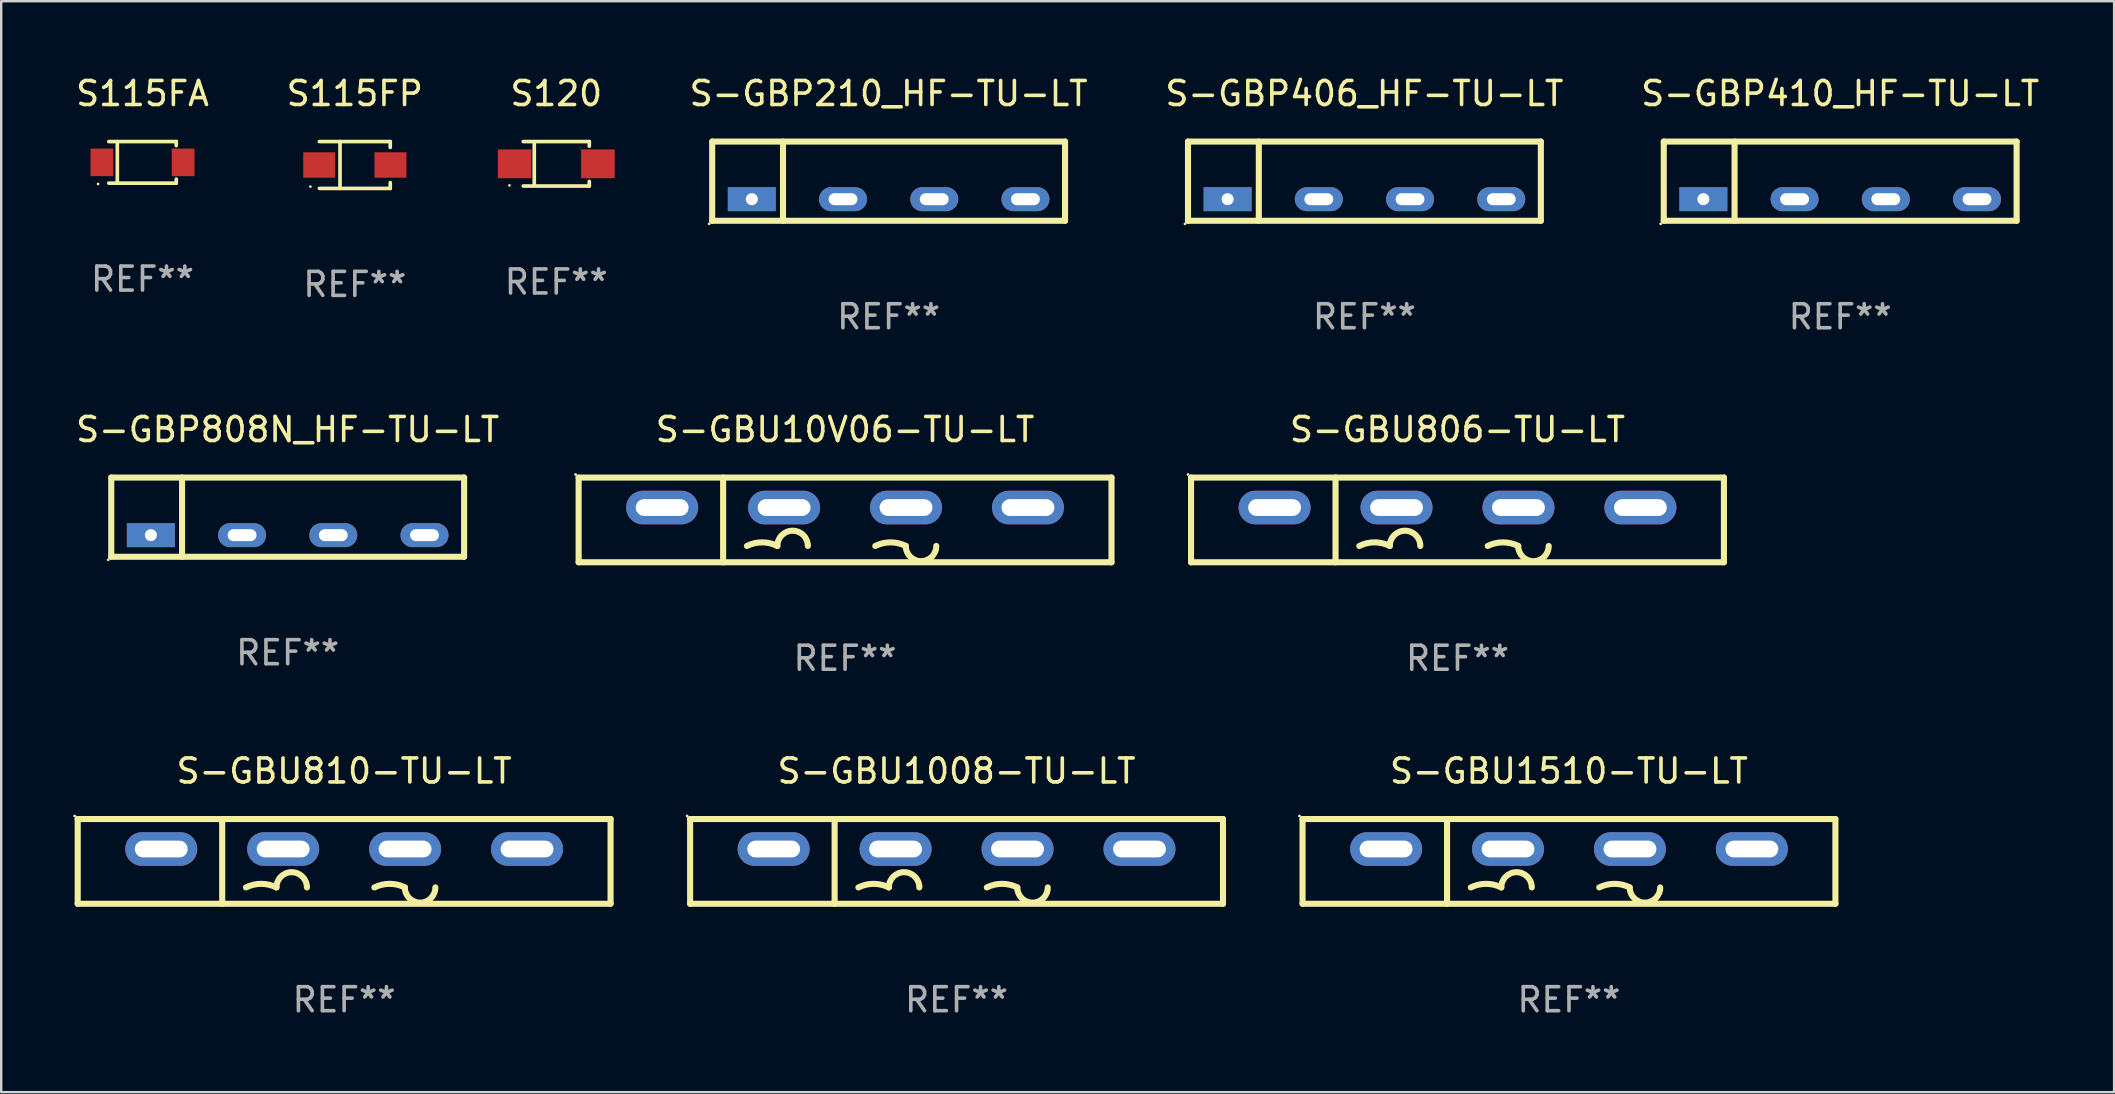
<source format=kicad_pcb>
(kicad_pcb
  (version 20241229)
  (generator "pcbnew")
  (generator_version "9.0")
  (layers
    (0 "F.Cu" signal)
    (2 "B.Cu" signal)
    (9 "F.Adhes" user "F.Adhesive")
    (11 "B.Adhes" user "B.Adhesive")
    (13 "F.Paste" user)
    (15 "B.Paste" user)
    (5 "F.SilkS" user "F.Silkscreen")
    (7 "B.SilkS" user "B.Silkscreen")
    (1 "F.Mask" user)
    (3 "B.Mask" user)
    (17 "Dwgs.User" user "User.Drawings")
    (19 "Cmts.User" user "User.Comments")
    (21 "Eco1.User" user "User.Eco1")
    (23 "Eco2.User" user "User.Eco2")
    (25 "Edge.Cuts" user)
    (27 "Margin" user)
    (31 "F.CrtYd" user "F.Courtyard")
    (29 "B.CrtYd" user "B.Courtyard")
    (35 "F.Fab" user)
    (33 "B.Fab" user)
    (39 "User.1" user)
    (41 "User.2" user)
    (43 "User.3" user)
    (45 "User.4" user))
  (footprint "S-GBU806-TU-LT"
    (layer "F.Cu")
    (at 57.67 18.61)
    (property "Reference" "S-GBU806-TU-LT" (at 0 -3.765 0) (layer "F.SilkS") (effects (font (size 1 1) (thickness 0.15))))
    (attr through_hole)
    (fp_line (start -11.1 -1.765) (end 11.1 -1.765) (stroke (width 0.254) (type solid)) (layer "F.SilkS"))
    (fp_line (start -11.1 1.765) (end -11.1 -1.765) (stroke (width 0.254) (type solid)) (layer "F.SilkS"))
    (fp_line (start -5.08 -1.765) (end -5.08 1.765) (stroke (width 0.254) (type solid)) (layer "F.SilkS"))
    (fp_line (start 11.1 -1.765) (end 11.1 1.765) (stroke (width 0.254) (type solid)) (layer "F.SilkS"))
    (fp_line (start 11.1 1.765) (end -11.1 1.765) (stroke (width 0.254) (type solid)) (layer "F.SilkS"))
    (fp_arc (start -4.089992 1.084963) (mid -3.454991 0.93506) (end -2.819989 1.084963) (stroke (width 0.254001) (type solid)) (layer "F.SilkS"))
    (fp_arc (start -2.819991 1.084963) (mid -2.184989 0.449961) (end -1.549987 1.084963) (stroke (width 0.254001) (type solid)) (layer "F.SilkS"))
    (fp_arc (start 1.259995 1.084963) (mid 1.894996 0.93506) (end 2.529998 1.084963) (stroke (width 0.254001) (type solid)) (layer "F.SilkS"))
    (fp_arc (start 3.8 1.084963) (mid 3.164999 1.719964) (end 2.529998 1.084963) (stroke (width 0.254001) (type solid)) (layer "F.SilkS"))
    (fp_circle (center -11.227 -1.892) (end -11.197 -1.892) (stroke (width 0.06) (type solid)) (fill no) (layer "F.SilkS"))
    (fp_text user "-" (at 8.65 3.335 0) (layer "B.Mask") (effects (font (size 1 1) (thickness 0.15))))
    (fp_text user "+" (at -7 3.085 0) (layer "B.Mask") (effects (font (size 1 1) (thickness 0.15))))
    (fp_text user "REF**" (at 0 5.765 0) (layer "F.Fab") (effects (font (size 1 1) (thickness 0.15))))
    (pad "1" thru_hole oval (at -7.62 -0.515 180) (size 3 1.4) (drill oval 2.2 0.7) (layers "*.Cu" "*.Mask"))
    (pad "2" thru_hole oval (at -2.54 -0.515 180) (size 3 1.4) (drill oval 2.2 0.7) (layers "*.Cu" "*.Mask"))
    (pad "3" thru_hole oval (at 2.54 -0.515 180) (size 3 1.4) (drill oval 2.2 0.7) (layers "*.Cu" "*.Mask"))
    (pad "4" thru_hole oval (at 7.62 -0.515 180) (size 3 1.4) (drill oval 2.2 0.7) (layers "*.Cu" "*.Mask")))
  (footprint "S115FA"
    (layer "F.Cu")
    (at 2.887 3.714)
    (property "Reference" "S115FA" (at 0 -2.866 0) (layer "F.SilkS") (effects (font (size 1 1) (thickness 0.15))))
    (attr through_hole)
    (fp_line (start -1.406 -0.866) (end 1.406 -0.866) (stroke (width 0.152) (type solid)) (layer "F.SilkS"))
    (fp_line (start -1.406 0.866) (end 1.406 0.866) (stroke (width 0.152) (type solid)) (layer "F.SilkS"))
    (fp_line (start -1.049 -0.866) (end -1.049 0.866) (stroke (width 0.152) (type solid)) (layer "F.SilkS"))
    (fp_line (start 1.406 -0.866) (end 1.406 -0.698) (stroke (width 0.152) (type solid)) (layer "F.SilkS"))
    (fp_line (start 1.406 0.866) (end 1.406 0.698) (stroke (width 0.152) (type solid)) (layer "F.SilkS"))
    (fp_circle (center -1.851 0.9) (end -1.821 0.9) (stroke (width 0.06) (type solid)) (fill no) (layer "F.SilkS"))
    (fp_text user "REF**" (at 0 4.866 0) (layer "F.Fab") (effects (font (size 1 1) (thickness 0.15))))
    (pad "1" smd rect (at -1.692 0) (size 0.95 1.15) (layers "F.Cu" "F.Mask" "F.Paste"))
    (pad "2" smd rect (at 1.692 0) (size 0.95 1.15) (layers "F.Cu" "F.Mask" "F.Paste")))
  (footprint "S-GBP210_HF-TU-LT"
    (layer "F.Cu")
    (at 33.971 4.498)
    (property "Reference" "S-GBP210_HF-TU-LT" (at 0 -3.65 0) (layer "F.SilkS") (effects (font (size 1 1) (thickness 0.15))))
    (attr through_hole)
    (fp_line (start -7.35 -1.65) (end 7.35 -1.65) (stroke (width 0.254) (type solid)) (layer "F.SilkS"))
    (fp_line (start -7.35 1.65) (end -7.35 -1.65) (stroke (width 0.254) (type solid)) (layer "F.SilkS"))
    (fp_line (start -4.4 -1.65) (end -4.4 1.65) (stroke (width 0.254) (type solid)) (layer "F.SilkS"))
    (fp_line (start 7.35 -1.65) (end 7.35 1.65) (stroke (width 0.254) (type solid)) (layer "F.SilkS"))
    (fp_line (start 7.35 1.65) (end -7.35 1.65) (stroke (width 0.254) (type solid)) (layer "F.SilkS"))
    (fp_circle (center -7.477 1.777) (end -7.447 1.777) (stroke (width 0.06) (type solid)) (fill no) (layer "F.SilkS"))
    (fp_text user "REF**" (at 0 5.65 0) (layer "F.Fab") (effects (font (size 1 1) (thickness 0.15))))
    (pad "1" thru_hole rect (at -5.7 0.75) (size 2 1) (drill 0.5) (layers "*.Cu" "*.Mask"))
    (pad "2" thru_hole oval (at -1.9 0.75) (size 2 1) (drill oval 1.2 0.5) (layers "*.Cu" "*.Mask"))
    (pad "3" thru_hole oval (at 1.9 0.75) (size 2 1) (drill oval 1.2 0.5) (layers "*.Cu" "*.Mask"))
    (pad "4" thru_hole oval (at 5.7 0.75) (size 2 1) (drill oval 1.2 0.5) (layers "*.Cu" "*.Mask")))
  (footprint "S120"
    (layer "F.Cu")
    (at 20.125 3.774)
    (property "Reference" "S120" (at 0 -2.926 0) (layer "F.SilkS") (effects (font (size 1 1) (thickness 0.15))))
    (attr through_hole)
    (fp_line (start -1.376 -0.926) (end 1.376 -0.926) (stroke (width 0.152) (type solid)) (layer "F.SilkS"))
    (fp_line (start -1.376 0.926) (end 1.376 0.926) (stroke (width 0.152) (type solid)) (layer "F.SilkS"))
    (fp_line (start -0.917 -0.876) (end -0.917 0.876) (stroke (width 0.152) (type solid)) (layer "F.SilkS"))
    (fp_line (start 1.376 -0.926) (end 1.376 -0.733) (stroke (width 0.152) (type solid)) (layer "F.SilkS"))
    (fp_line (start 1.376 0.926) (end 1.376 0.733) (stroke (width 0.152) (type solid)) (layer "F.SilkS"))
    (fp_circle (center -1.95 0.9) (end -1.92 0.9) (stroke (width 0.06) (type solid)) (fill no) (layer "F.SilkS"))
    (fp_text user "REF**" (at 0 4.926 0) (layer "F.Fab") (effects (font (size 1 1) (thickness 0.15))))
    (pad "1" smd rect (at -1.735 0) (size 1.4 1.2) (layers "F.Cu" "F.Mask" "F.Paste"))
    (pad "2" smd rect (at 1.735 0) (size 1.4 1.2) (layers "F.Cu" "F.Mask" "F.Paste")))
  (footprint "S-GBU10V06-TU-LT"
    (layer "F.Cu")
    (at 32.156 18.61)
    (property "Reference" "S-GBU10V06-TU-LT" (at 0 -3.765 0) (layer "F.SilkS") (effects (font (size 1 1) (thickness 0.15))))
    (attr through_hole)
    (fp_line (start -11.1 -1.765) (end 11.1 -1.765) (stroke (width 0.254) (type solid)) (layer "F.SilkS"))
    (fp_line (start -11.1 1.765) (end -11.1 -1.765) (stroke (width 0.254) (type solid)) (layer "F.SilkS"))
    (fp_line (start -5.08 -1.765) (end -5.08 1.765) (stroke (width 0.254) (type solid)) (layer "F.SilkS"))
    (fp_line (start 11.1 -1.765) (end 11.1 1.765) (stroke (width 0.254) (type solid)) (layer "F.SilkS"))
    (fp_line (start 11.1 1.765) (end -11.1 1.765) (stroke (width 0.254) (type solid)) (layer "F.SilkS"))
    (fp_arc (start -4.089992 1.084963) (mid -3.454991 0.93506) (end -2.819989 1.084963) (stroke (width 0.254001) (type solid)) (layer "F.SilkS"))
    (fp_arc (start -2.819991 1.084963) (mid -2.184989 0.449961) (end -1.549987 1.084963) (stroke (width 0.254001) (type solid)) (layer "F.SilkS"))
    (fp_arc (start 1.259995 1.084963) (mid 1.894996 0.93506) (end 2.529998 1.084963) (stroke (width 0.254001) (type solid)) (layer "F.SilkS"))
    (fp_arc (start 3.8 1.084963) (mid 3.164999 1.719964) (end 2.529998 1.084963) (stroke (width 0.254001) (type solid)) (layer "F.SilkS"))
    (fp_circle (center -11.227 -1.892) (end -11.197 -1.892) (stroke (width 0.06) (type solid)) (fill no) (layer "F.SilkS"))
    (fp_text user "+" (at -7 3.085 0) (layer "B.Mask") (effects (font (size 1 1) (thickness 0.15))))
    (fp_text user "-" (at 8.65 3.335 0) (layer "B.Mask") (effects (font (size 1 1) (thickness 0.15))))
    (fp_text user "REF**" (at 0 5.765 0) (layer "F.Fab") (effects (font (size 1 1) (thickness 0.15))))
    (pad "1" thru_hole oval (at -7.62 -0.515 180) (size 3 1.4) (drill oval 2.2 0.7) (layers "*.Cu" "*.Mask"))
    (pad "2" thru_hole oval (at -2.54 -0.515 180) (size 3 1.4) (drill oval 2.2 0.7) (layers "*.Cu" "*.Mask"))
    (pad "3" thru_hole oval (at 2.54 -0.515 180) (size 3 1.4) (drill oval 2.2 0.7) (layers "*.Cu" "*.Mask"))
    (pad "4" thru_hole oval (at 7.62 -0.515 180) (size 3 1.4) (drill oval 2.2 0.7) (layers "*.Cu" "*.Mask")))
  (footprint "S-GBU1510-TU-LT"
    (layer "F.Cu")
    (at 62.315 32.836)
    (property "Reference" "S-GBU1510-TU-LT" (at 0 -3.765 0) (layer "F.SilkS") (effects (font (size 1 1) (thickness 0.15))))
    (attr through_hole)
    (fp_line (start -11.1 -1.765) (end 11.1 -1.765) (stroke (width 0.254) (type solid)) (layer "F.SilkS"))
    (fp_line (start -11.1 1.765) (end -11.1 -1.765) (stroke (width 0.254) (type solid)) (layer "F.SilkS"))
    (fp_line (start -5.08 -1.765) (end -5.08 1.765) (stroke (width 0.254) (type solid)) (layer "F.SilkS"))
    (fp_line (start 11.1 -1.765) (end 11.1 1.765) (stroke (width 0.254) (type solid)) (layer "F.SilkS"))
    (fp_line (start 11.1 1.765) (end -11.1 1.765) (stroke (width 0.254) (type solid)) (layer "F.SilkS"))
    (fp_arc (start -4.089992 1.084963) (mid -3.454991 0.93506) (end -2.819989 1.084963) (stroke (width 0.254001) (type solid)) (layer "F.SilkS"))
    (fp_arc (start -2.819991 1.084963) (mid -2.184989 0.449961) (end -1.549987 1.084963) (stroke (width 0.254001) (type solid)) (layer "F.SilkS"))
    (fp_arc (start 1.259995 1.084963) (mid 1.894996 0.93506) (end 2.529998 1.084963) (stroke (width 0.254001) (type solid)) (layer "F.SilkS"))
    (fp_arc (start 3.8 1.084963) (mid 3.164999 1.719964) (end 2.529998 1.084963) (stroke (width 0.254001) (type solid)) (layer "F.SilkS"))
    (fp_circle (center -11.227 -1.892) (end -11.197 -1.892) (stroke (width 0.06) (type solid)) (fill no) (layer "F.SilkS"))
    (fp_text user "-" (at 8.65 3.335 0) (layer "B.Mask") (effects (font (size 1 1) (thickness 0.15))))
    (fp_text user "+" (at -7 3.085 0) (layer "B.Mask") (effects (font (size 1 1) (thickness 0.15))))
    (fp_text user "REF**" (at 0 5.765 0) (layer "F.Fab") (effects (font (size 1 1) (thickness 0.15))))
    (pad "1" thru_hole oval (at -7.62 -0.515 180) (size 3 1.4) (drill oval 2.2 0.7) (layers "*.Cu" "*.Mask"))
    (pad "2" thru_hole oval (at -2.54 -0.515 180) (size 3 1.4) (drill oval 2.2 0.7) (layers "*.Cu" "*.Mask"))
    (pad "3" thru_hole oval (at 2.54 -0.515 180) (size 3 1.4) (drill oval 2.2 0.7) (layers "*.Cu" "*.Mask"))
    (pad "4" thru_hole oval (at 7.62 -0.515 180) (size 3 1.4) (drill oval 2.2 0.7) (layers "*.Cu" "*.Mask")))
  (footprint "S-GBP808N_HF-TU-LT"
    (layer "F.Cu")
    (at 8.935 18.495)
    (property "Reference" "S-GBP808N_HF-TU-LT" (at 0 -3.65 0) (layer "F.SilkS") (effects (font (size 1 1) (thickness 0.15))))
    (attr through_hole)
    (fp_line (start -7.35 -1.65) (end 7.35 -1.65) (stroke (width 0.254) (type solid)) (layer "F.SilkS"))
    (fp_line (start -7.35 1.65) (end -7.35 -1.65) (stroke (width 0.254) (type solid)) (layer "F.SilkS"))
    (fp_line (start -4.4 -1.65) (end -4.4 1.65) (stroke (width 0.254) (type solid)) (layer "F.SilkS"))
    (fp_line (start 7.35 -1.65) (end 7.35 1.65) (stroke (width 0.254) (type solid)) (layer "F.SilkS"))
    (fp_line (start 7.35 1.65) (end -7.35 1.65) (stroke (width 0.254) (type solid)) (layer "F.SilkS"))
    (fp_circle (center -7.477 1.777) (end -7.447 1.777) (stroke (width 0.06) (type solid)) (fill no) (layer "F.SilkS"))
    (fp_text user "REF**" (at 0 5.65 0) (layer "F.Fab") (effects (font (size 1 1) (thickness 0.15))))
    (pad "1" thru_hole rect (at -5.7 0.75) (size 2 1) (drill 0.5) (layers "*.Cu" "*.Mask"))
    (pad "2" thru_hole oval (at -1.9 0.75) (size 2 1) (drill oval 1.2 0.5) (layers "*.Cu" "*.Mask"))
    (pad "3" thru_hole oval (at 1.9 0.75) (size 2 1) (drill oval 1.2 0.5) (layers "*.Cu" "*.Mask"))
    (pad "4" thru_hole oval (at 5.7 0.75) (size 2 1) (drill oval 1.2 0.5) (layers "*.Cu" "*.Mask")))
  (footprint "S-GBU1008-TU-LT"
    (layer "F.Cu")
    (at 36.801 32.836)
    (property "Reference" "S-GBU1008-TU-LT" (at 0 -3.765 0) (layer "F.SilkS") (effects (font (size 1 1) (thickness 0.15))))
    (attr through_hole)
    (fp_line (start -11.1 -1.765) (end 11.1 -1.765) (stroke (width 0.254) (type solid)) (layer "F.SilkS"))
    (fp_line (start -11.1 1.765) (end -11.1 -1.765) (stroke (width 0.254) (type solid)) (layer "F.SilkS"))
    (fp_line (start -5.08 -1.765) (end -5.08 1.765) (stroke (width 0.254) (type solid)) (layer "F.SilkS"))
    (fp_line (start 11.1 -1.765) (end 11.1 1.765) (stroke (width 0.254) (type solid)) (layer "F.SilkS"))
    (fp_line (start 11.1 1.765) (end -11.1 1.765) (stroke (width 0.254) (type solid)) (layer "F.SilkS"))
    (fp_arc (start -4.089992 1.084963) (mid -3.454991 0.93506) (end -2.819989 1.084963) (stroke (width 0.254001) (type solid)) (layer "F.SilkS"))
    (fp_arc (start -2.819991 1.084963) (mid -2.184989 0.449961) (end -1.549987 1.084963) (stroke (width 0.254001) (type solid)) (layer "F.SilkS"))
    (fp_arc (start 1.259995 1.084963) (mid 1.894996 0.93506) (end 2.529998 1.084963) (stroke (width 0.254001) (type solid)) (layer "F.SilkS"))
    (fp_arc (start 3.8 1.084963) (mid 3.164999 1.719964) (end 2.529998 1.084963) (stroke (width 0.254001) (type solid)) (layer "F.SilkS"))
    (fp_circle (center -11.227 -1.892) (end -11.197 -1.892) (stroke (width 0.06) (type solid)) (fill no) (layer "F.SilkS"))
    (fp_text user "-" (at 8.65 3.335 0) (layer "B.Mask") (effects (font (size 1 1) (thickness 0.15))))
    (fp_text user "+" (at -7 3.085 0) (layer "B.Mask") (effects (font (size 1 1) (thickness 0.15))))
    (fp_text user "REF**" (at 0 5.765 0) (layer "F.Fab") (effects (font (size 1 1) (thickness 0.15))))
    (pad "1" thru_hole oval (at -7.62 -0.515 180) (size 3 1.4) (drill oval 2.2 0.7) (layers "*.Cu" "*.Mask"))
    (pad "2" thru_hole oval (at -2.54 -0.515 180) (size 3 1.4) (drill oval 2.2 0.7) (layers "*.Cu" "*.Mask"))
    (pad "3" thru_hole oval (at 2.54 -0.515 180) (size 3 1.4) (drill oval 2.2 0.7) (layers "*.Cu" "*.Mask"))
    (pad "4" thru_hole oval (at 7.62 -0.515 180) (size 3 1.4) (drill oval 2.2 0.7) (layers "*.Cu" "*.Mask")))
  (footprint "S-GBP410_HF-TU-LT"
    (layer "F.Cu")
    (at 73.614 4.498)
    (property "Reference" "S-GBP410_HF-TU-LT" (at 0 -3.65 0) (layer "F.SilkS") (effects (font (size 1 1) (thickness 0.15))))
    (attr through_hole)
    (fp_line (start -7.35 -1.65) (end 7.35 -1.65) (stroke (width 0.254) (type solid)) (layer "F.SilkS"))
    (fp_line (start -7.35 1.65) (end -7.35 -1.65) (stroke (width 0.254) (type solid)) (layer "F.SilkS"))
    (fp_line (start -4.4 -1.65) (end -4.4 1.65) (stroke (width 0.254) (type solid)) (layer "F.SilkS"))
    (fp_line (start 7.35 -1.65) (end 7.35 1.65) (stroke (width 0.254) (type solid)) (layer "F.SilkS"))
    (fp_line (start 7.35 1.65) (end -7.35 1.65) (stroke (width 0.254) (type solid)) (layer "F.SilkS"))
    (fp_circle (center -7.477 1.777) (end -7.447 1.777) (stroke (width 0.06) (type solid)) (fill no) (layer "F.SilkS"))
    (fp_text user "REF**" (at 0 5.65 0) (layer "F.Fab") (effects (font (size 1 1) (thickness 0.15))))
    (pad "1" thru_hole rect (at -5.7 0.75) (size 2 1) (drill 0.5) (layers "*.Cu" "*.Mask"))
    (pad "2" thru_hole oval (at -1.9 0.75) (size 2 1) (drill oval 1.2 0.5) (layers "*.Cu" "*.Mask"))
    (pad "3" thru_hole oval (at 1.9 0.75) (size 2 1) (drill oval 1.2 0.5) (layers "*.Cu" "*.Mask"))
    (pad "4" thru_hole oval (at 5.7 0.75) (size 2 1) (drill oval 1.2 0.5) (layers "*.Cu" "*.Mask")))
  (footprint "S-GBP406_HF-TU-LT"
    (layer "F.Cu")
    (at 53.793 4.498)
    (property "Reference" "S-GBP406_HF-TU-LT" (at 0 -3.65 0) (layer "F.SilkS") (effects (font (size 1 1) (thickness 0.15))))
    (attr through_hole)
    (fp_line (start -7.35 -1.65) (end 7.35 -1.65) (stroke (width 0.254) (type solid)) (layer "F.SilkS"))
    (fp_line (start -7.35 1.65) (end -7.35 -1.65) (stroke (width 0.254) (type solid)) (layer "F.SilkS"))
    (fp_line (start -4.4 -1.65) (end -4.4 1.65) (stroke (width 0.254) (type solid)) (layer "F.SilkS"))
    (fp_line (start 7.35 -1.65) (end 7.35 1.65) (stroke (width 0.254) (type solid)) (layer "F.SilkS"))
    (fp_line (start 7.35 1.65) (end -7.35 1.65) (stroke (width 0.254) (type solid)) (layer "F.SilkS"))
    (fp_circle (center -7.477 1.777) (end -7.447 1.777) (stroke (width 0.06) (type solid)) (fill no) (layer "F.SilkS"))
    (fp_text user "REF**" (at 0 5.65 0) (layer "F.Fab") (effects (font (size 1 1) (thickness 0.15))))
    (pad "1" thru_hole rect (at -5.7 0.75) (size 2 1) (drill 0.5) (layers "*.Cu" "*.Mask"))
    (pad "2" thru_hole oval (at -1.9 0.75) (size 2 1) (drill oval 1.2 0.5) (layers "*.Cu" "*.Mask"))
    (pad "3" thru_hole oval (at 1.9 0.75) (size 2 1) (drill oval 1.2 0.5) (layers "*.Cu" "*.Mask"))
    (pad "4" thru_hole oval (at 5.7 0.75) (size 2 1) (drill oval 1.2 0.5) (layers "*.Cu" "*.Mask")))
  (footprint "S-GBU810-TU-LT"
    (layer "F.Cu")
    (at 11.287 32.836)
    (property "Reference" "S-GBU810-TU-LT" (at 0 -3.765 0) (layer "F.SilkS") (effects (font (size 1 1) (thickness 0.15))))
    (attr through_hole)
    (fp_line (start -11.1 -1.765) (end 11.1 -1.765) (stroke (width 0.254) (type solid)) (layer "F.SilkS"))
    (fp_line (start -11.1 1.765) (end -11.1 -1.765) (stroke (width 0.254) (type solid)) (layer "F.SilkS"))
    (fp_line (start -5.08 -1.765) (end -5.08 1.765) (stroke (width 0.254) (type solid)) (layer "F.SilkS"))
    (fp_line (start 11.1 -1.765) (end 11.1 1.765) (stroke (width 0.254) (type solid)) (layer "F.SilkS"))
    (fp_line (start 11.1 1.765) (end -11.1 1.765) (stroke (width 0.254) (type solid)) (layer "F.SilkS"))
    (fp_arc (start -4.089992 1.084963) (mid -3.454991 0.93506) (end -2.819989 1.084963) (stroke (width 0.254001) (type solid)) (layer "F.SilkS"))
    (fp_arc (start -2.819991 1.084963) (mid -2.184989 0.449961) (end -1.549987 1.084963) (stroke (width 0.254001) (type solid)) (layer "F.SilkS"))
    (fp_arc (start 1.259995 1.084963) (mid 1.894996 0.93506) (end 2.529998 1.084963) (stroke (width 0.254001) (type solid)) (layer "F.SilkS"))
    (fp_arc (start 3.8 1.084963) (mid 3.164999 1.719964) (end 2.529998 1.084963) (stroke (width 0.254001) (type solid)) (layer "F.SilkS"))
    (fp_circle (center -11.227 -1.892) (end -11.197 -1.892) (stroke (width 0.06) (type solid)) (fill no) (layer "F.SilkS"))
    (fp_text user "+" (at -7 3.085 0) (layer "B.Mask") (effects (font (size 1 1) (thickness 0.15))))
    (fp_text user "-" (at 8.65 3.335 0) (layer "B.Mask") (effects (font (size 1 1) (thickness 0.15))))
    (fp_text user "REF**" (at 0 5.765 0) (layer "F.Fab") (effects (font (size 1 1) (thickness 0.15))))
    (pad "1" thru_hole oval (at -7.62 -0.515 180) (size 3 1.4) (drill oval 2.2 0.7) (layers "*.Cu" "*.Mask"))
    (pad "2" thru_hole oval (at -2.54 -0.515 180) (size 3 1.4) (drill oval 2.2 0.7) (layers "*.Cu" "*.Mask"))
    (pad "3" thru_hole oval (at 2.54 -0.515 180) (size 3 1.4) (drill oval 2.2 0.7) (layers "*.Cu" "*.Mask"))
    (pad "4" thru_hole oval (at 7.62 -0.515 180) (size 3 1.4) (drill oval 2.2 0.7) (layers "*.Cu" "*.Mask")))
  (footprint "S115FP"
    (layer "F.Cu")
    (at 11.732 3.824)
    (property "Reference" "S115FP" (at 0 -2.976 0) (layer "F.SilkS") (effects (font (size 1 1) (thickness 0.15))))
    (attr through_hole)
    (fp_line (start -1.476 -0.976) (end 1.476 -0.976) (stroke (width 0.152) (type solid)) (layer "F.SilkS"))
    (fp_line (start -1.476 0.976) (end 1.476 0.976) (stroke (width 0.152) (type solid)) (layer "F.SilkS"))
    (fp_line (start -0.617 -0.976) (end -0.617 0.976) (stroke (width 0.152) (type solid)) (layer "F.SilkS"))
    (fp_line (start 1.476 -0.976) (end 1.476 -0.733) (stroke (width 0.152) (type solid)) (layer "F.SilkS"))
    (fp_line (start 1.476 0.976) (end 1.476 0.733) (stroke (width 0.152) (type solid)) (layer "F.SilkS"))
    (fp_circle (center -1.85 0.9) (end -1.82 0.9) (stroke (width 0.06) (type solid)) (fill no) (layer "F.SilkS"))
    (fp_text user "REF**" (at 0 4.976 0) (layer "F.Fab") (effects (font (size 1 1) (thickness 0.15))))
    (pad "1" smd rect (at -1.485 0) (size 1.33 1.06) (layers "F.Cu" "F.Mask" "F.Paste"))
    (pad "2" smd rect (at 1.485 0) (size 1.33 1.06) (layers "F.Cu" "F.Mask" "F.Paste")))
  (gr_rect
    (start -3 -3)
    (end 85.025 42.45)
    (stroke (width 0.1) (type default))
    (fill no)
    (layer "Edge.Cuts")))
</source>
